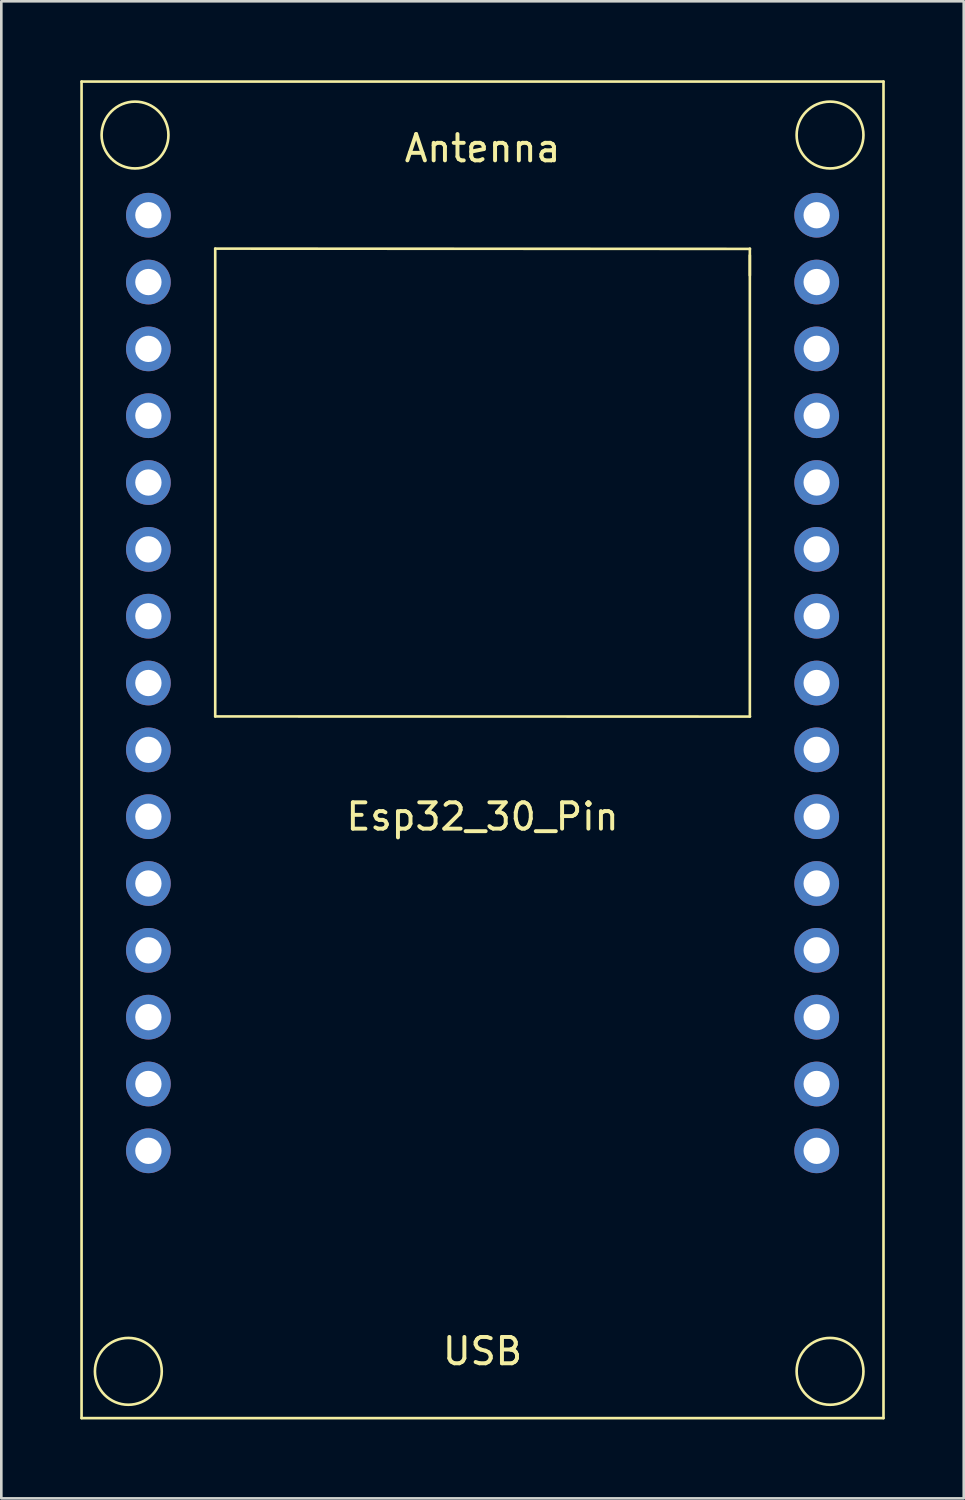
<source format=kicad_pcb>
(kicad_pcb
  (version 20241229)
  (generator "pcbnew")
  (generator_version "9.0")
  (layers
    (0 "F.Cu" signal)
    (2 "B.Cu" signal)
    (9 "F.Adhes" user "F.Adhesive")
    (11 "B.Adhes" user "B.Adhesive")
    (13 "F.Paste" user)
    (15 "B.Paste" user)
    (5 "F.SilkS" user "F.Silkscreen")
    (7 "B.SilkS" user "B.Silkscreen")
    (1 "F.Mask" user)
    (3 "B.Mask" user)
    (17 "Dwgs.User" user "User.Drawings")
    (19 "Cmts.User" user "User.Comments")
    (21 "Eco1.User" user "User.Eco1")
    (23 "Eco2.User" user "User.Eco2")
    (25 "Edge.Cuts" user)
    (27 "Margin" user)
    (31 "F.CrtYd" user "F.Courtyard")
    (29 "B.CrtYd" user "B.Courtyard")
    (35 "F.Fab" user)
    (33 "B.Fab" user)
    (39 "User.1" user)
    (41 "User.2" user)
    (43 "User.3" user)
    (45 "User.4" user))
  (footprint "Esp32_30_Pin"
    (layer "F.Cu")
    (at 17.83 22.91)
    (property "Reference" "Esp32_30_Pin" (at -2.54 5.08 0) (layer "F.SilkS") (effects (font (size 1 1) (thickness 0.15))))
    (attr through_hole)
    (fp_line (start -17.78 -22.86) (end -17.78 27.94) (stroke (width 0.1) (type solid)) (layer "F.SilkS"))
    (fp_line (start -17.78 27.94) (end 12.7 27.94) (stroke (width 0.1) (type solid)) (layer "F.SilkS"))
    (fp_line (start -12.7 -16.51) (end 7.625 -16.5) (stroke (width 0.1) (type solid)) (layer "F.SilkS"))
    (fp_line (start -12.7 1.27) (end -12.7 -16.51) (stroke (width 0.1) (type solid)) (layer "F.SilkS"))
    (fp_line (start 7.62 -16.51) (end 7.62 -15.494) (stroke (width 0.1) (type solid)) (layer "F.SilkS"))
    (fp_line (start 7.62 -16.256) (end 7.62 1.27) (stroke (width 0.1) (type solid)) (layer "F.SilkS"))
    (fp_line (start 7.625 1.275) (end -12.7 1.27) (stroke (width 0.1) (type solid)) (layer "F.SilkS"))
    (fp_line (start 12.7 -22.86) (end -17.78 -22.86) (stroke (width 0.1) (type solid)) (layer "F.SilkS"))
    (fp_line (start 12.7 27.94) (end 12.7 -22.86) (stroke (width 0.1) (type solid)) (layer "F.SilkS"))
    (fp_circle (center -16.002 26.162) (end -14.732 26.162) (stroke (width 0.1) (type solid)) (fill no) (layer "F.SilkS"))
    (fp_circle (center -15.748 -20.828) (end -14.478 -20.828) (stroke (width 0.1) (type solid)) (fill no) (layer "F.SilkS"))
    (fp_circle (center 10.668 -20.828) (end 11.938 -20.828) (stroke (width 0.1) (type solid)) (fill no) (layer "F.SilkS"))
    (fp_circle (center 10.668 26.162) (end 11.938 26.162) (stroke (width 0.1) (type solid)) (fill no) (layer "F.SilkS"))
    (fp_text user "Antenna" (at -2.54 -20.32 0) (layer "F.SilkS") (effects (font (size 1 1) (thickness 0.15))))
    (fp_text user "USB" (at -2.54 25.4 0) (layer "F.SilkS") (effects (font (size 1 1) (thickness 0.15))))
    (pad "1" thru_hole circle (at -15.24 -17.78) (size 1.7 1.7) (drill 1) (layers "*.Cu" "*.Mask"))
    (pad "2" thru_hole circle (at -15.24 -15.24) (size 1.7 1.7) (drill 1) (layers "*.Cu" "*.Mask"))
    (pad "3" thru_hole circle (at -15.24 -12.7) (size 1.7 1.7) (drill 1) (layers "*.Cu" "*.Mask"))
    (pad "4" thru_hole circle (at -15.24 -10.16) (size 1.7 1.7) (drill 1) (layers "*.Cu" "*.Mask"))
    (pad "5" thru_hole circle (at -15.24 -7.62) (size 1.7 1.7) (drill 1) (layers "*.Cu" "*.Mask"))
    (pad "6" thru_hole circle (at -15.24 -5.08) (size 1.7 1.7) (drill 1) (layers "*.Cu" "*.Mask"))
    (pad "7" thru_hole circle (at -15.24 -2.54) (size 1.7 1.7) (drill 1) (layers "*.Cu" "*.Mask"))
    (pad "8" thru_hole circle (at -15.24 0) (size 1.7 1.7) (drill 1) (layers "*.Cu" "*.Mask"))
    (pad "9" thru_hole circle (at -15.24 2.54) (size 1.7 1.7) (drill 1) (layers "*.Cu" "*.Mask"))
    (pad "10" thru_hole circle (at -15.24 5.08) (size 1.7 1.7) (drill 1) (layers "*.Cu" "*.Mask"))
    (pad "11" thru_hole circle (at -15.24 7.62) (size 1.7 1.7) (drill 1) (layers "*.Cu" "*.Mask"))
    (pad "12" thru_hole circle (at -15.24 10.16) (size 1.7 1.7) (drill 1) (layers "*.Cu" "*.Mask"))
    (pad "13" thru_hole circle (at -15.24 12.7) (size 1.7 1.7) (drill 1) (layers "*.Cu" "*.Mask"))
    (pad "14" thru_hole circle (at -15.24 15.24) (size 1.7 1.7) (drill 1) (layers "*.Cu" "*.Mask"))
    (pad "15" thru_hole circle (at -15.24 17.78) (size 1.7 1.7) (drill 1) (layers "*.Cu" "*.Mask"))
    (pad "16" thru_hole circle (at 10.16 17.78) (size 1.7 1.7) (drill 1) (layers "*.Cu" "*.Mask"))
    (pad "17" thru_hole circle (at 10.16 15.24) (size 1.7 1.7) (drill 1) (layers "*.Cu" "*.Mask"))
    (pad "18" thru_hole circle (at 10.16 12.7) (size 1.7 1.7) (drill 1) (layers "*.Cu" "*.Mask"))
    (pad "19" thru_hole circle (at 10.16 10.16) (size 1.7 1.7) (drill 1) (layers "*.Cu" "*.Mask"))
    (pad "20" thru_hole circle (at 10.16 7.62) (size 1.7 1.7) (drill 1) (layers "*.Cu" "*.Mask"))
    (pad "21" thru_hole circle (at 10.16 5.08) (size 1.7 1.7) (drill 1) (layers "*.Cu" "*.Mask"))
    (pad "22" thru_hole circle (at 10.16 2.54) (size 1.7 1.7) (drill 1) (layers "*.Cu" "*.Mask"))
    (pad "23" thru_hole circle (at 10.16 0) (size 1.7 1.7) (drill 1) (layers "*.Cu" "*.Mask"))
    (pad "24" thru_hole circle (at 10.16 -2.54) (size 1.7 1.7) (drill 1) (layers "*.Cu" "*.Mask"))
    (pad "25" thru_hole circle (at 10.16 -5.08) (size 1.7 1.7) (drill 1) (layers "*.Cu" "*.Mask"))
    (pad "26" thru_hole circle (at 10.16 -7.62) (size 1.7 1.7) (drill 1) (layers "*.Cu" "*.Mask"))
    (pad "27" thru_hole circle (at 10.16 -10.16) (size 1.7 1.7) (drill 1) (layers "*.Cu" "*.Mask"))
    (pad "28" thru_hole circle (at 10.16 -12.7) (size 1.7 1.7) (drill 1) (layers "*.Cu" "*.Mask"))
    (pad "29" thru_hole circle (at 10.16 -15.24) (size 1.7 1.7) (drill 1) (layers "*.Cu" "*.Mask"))
    (pad "30" thru_hole circle (at 10.16 -17.78) (size 1.7 1.7) (drill 1) (layers "*.Cu" "*.Mask")))
  (gr_rect
    (start -3 -3)
    (end 33.58 53.9)
    (stroke (width 0.1) (type default))
    (fill no)
    (layer "Edge.Cuts")))
</source>
